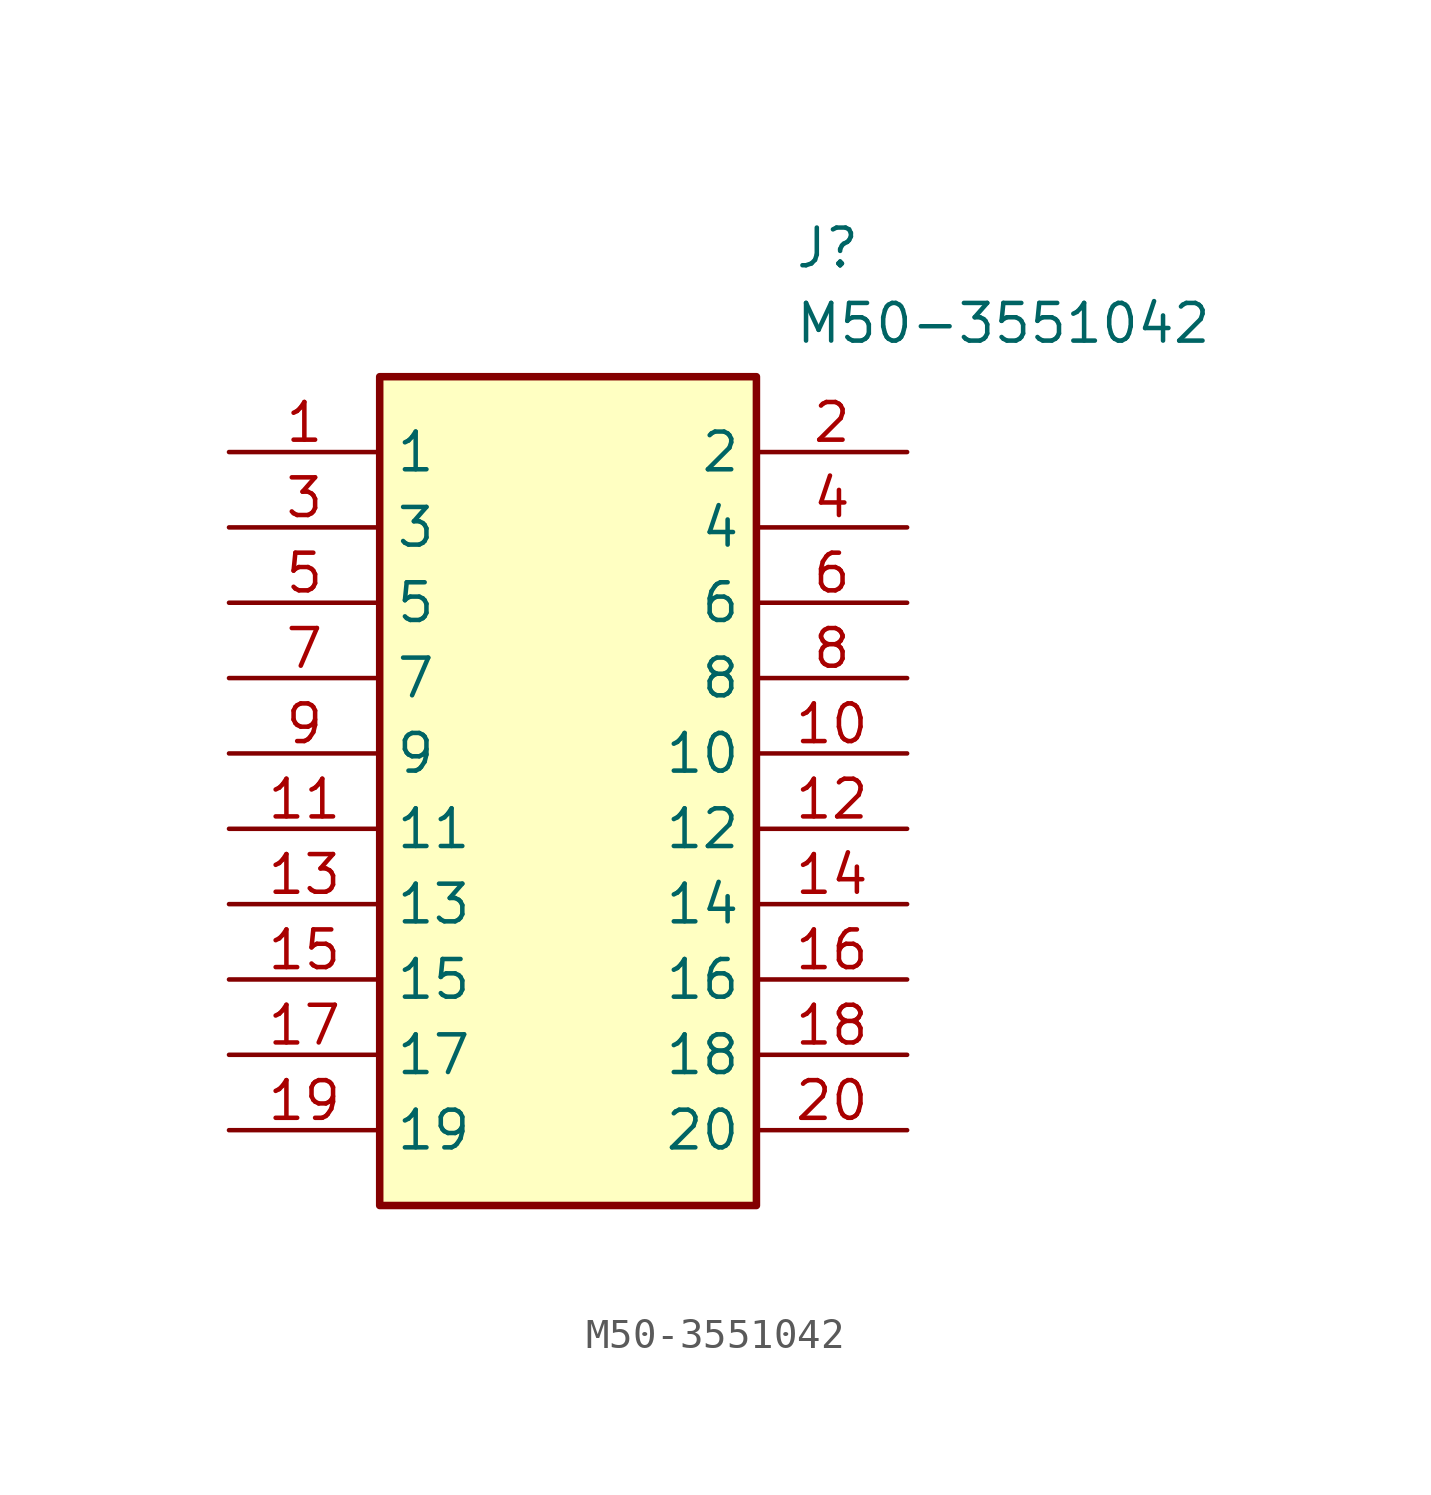
<source format=kicad_sym>
(kicad_symbol_lib
  (version 20211014)
  (generator SamacSys_ECAD_Model)
  (symbol "M50-3551042"
    (property "Reference" "J"
      (at 19.05 7.62 0)
      (effects (font (size 1.27 1.27)) (justify left top)))
    (property "Value" "M50-3551042"
      (at 19.05 5.08 0)
      (effects (font (size 1.27 1.27)) (justify left top)))
    (rectangle
      (start 5.08 2.54)
      (end 17.78 -25.4)
      (stroke (width 0.254) (type default))
      (fill (type background)))
    (pin passive line
      (at 0 0 0)
      (length 5.08)
      (name "1" (effects (font (size 1.27 1.27))))
      (number "1" (effects (font (size 1.27 1.27)))))
    (pin passive line
      (at 22.86 0 180)
      (length 5.08)
      (name "2" (effects (font (size 1.27 1.27))))
      (number "2" (effects (font (size 1.27 1.27)))))
    (pin passive line
      (at 0 -2.54 0)
      (length 5.08)
      (name "3" (effects (font (size 1.27 1.27))))
      (number "3" (effects (font (size 1.27 1.27)))))
    (pin passive line
      (at 22.86 -2.54 180)
      (length 5.08)
      (name "4" (effects (font (size 1.27 1.27))))
      (number "4" (effects (font (size 1.27 1.27)))))
    (pin passive line
      (at 0 -5.08 0)
      (length 5.08)
      (name "5" (effects (font (size 1.27 1.27))))
      (number "5" (effects (font (size 1.27 1.27)))))
    (pin passive line
      (at 22.86 -5.08 180)
      (length 5.08)
      (name "6" (effects (font (size 1.27 1.27))))
      (number "6" (effects (font (size 1.27 1.27)))))
    (pin passive line
      (at 0 -7.62 0)
      (length 5.08)
      (name "7" (effects (font (size 1.27 1.27))))
      (number "7" (effects (font (size 1.27 1.27)))))
    (pin passive line
      (at 22.86 -7.62 180)
      (length 5.08)
      (name "8" (effects (font (size 1.27 1.27))))
      (number "8" (effects (font (size 1.27 1.27)))))
    (pin passive line
      (at 0 -10.16 0)
      (length 5.08)
      (name "9" (effects (font (size 1.27 1.27))))
      (number "9" (effects (font (size 1.27 1.27)))))
    (pin passive line
      (at 22.86 -10.16 180)
      (length 5.08)
      (name "10" (effects (font (size 1.27 1.27))))
      (number "10" (effects (font (size 1.27 1.27)))))
    (pin passive line
      (at 0 -12.7 0)
      (length 5.08)
      (name "11" (effects (font (size 1.27 1.27))))
      (number "11" (effects (font (size 1.27 1.27)))))
    (pin passive line
      (at 22.86 -12.7 180)
      (length 5.08)
      (name "12" (effects (font (size 1.27 1.27))))
      (number "12" (effects (font (size 1.27 1.27)))))
    (pin passive line
      (at 0 -15.24 0)
      (length 5.08)
      (name "13" (effects (font (size 1.27 1.27))))
      (number "13" (effects (font (size 1.27 1.27)))))
    (pin passive line
      (at 22.86 -15.24 180)
      (length 5.08)
      (name "14" (effects (font (size 1.27 1.27))))
      (number "14" (effects (font (size 1.27 1.27)))))
    (pin passive line
      (at 0 -17.78 0)
      (length 5.08)
      (name "15" (effects (font (size 1.27 1.27))))
      (number "15" (effects (font (size 1.27 1.27)))))
    (pin passive line
      (at 22.86 -17.78 180)
      (length 5.08)
      (name "16" (effects (font (size 1.27 1.27))))
      (number "16" (effects (font (size 1.27 1.27)))))
    (pin passive line
      (at 0 -20.32 0)
      (length 5.08)
      (name "17" (effects (font (size 1.27 1.27))))
      (number "17" (effects (font (size 1.27 1.27)))))
    (pin passive line
      (at 22.86 -20.32 180)
      (length 5.08)
      (name "18" (effects (font (size 1.27 1.27))))
      (number "18" (effects (font (size 1.27 1.27)))))
    (pin passive line
      (at 0 -22.86 0)
      (length 5.08)
      (name "19" (effects (font (size 1.27 1.27))))
      (number "19" (effects (font (size 1.27 1.27)))))
    (pin passive line
      (at 22.86 -22.86 180)
      (length 5.08)
      (name "20" (effects (font (size 1.27 1.27))))
      (number "20" (effects (font (size 1.27 1.27)))))))
</source>
